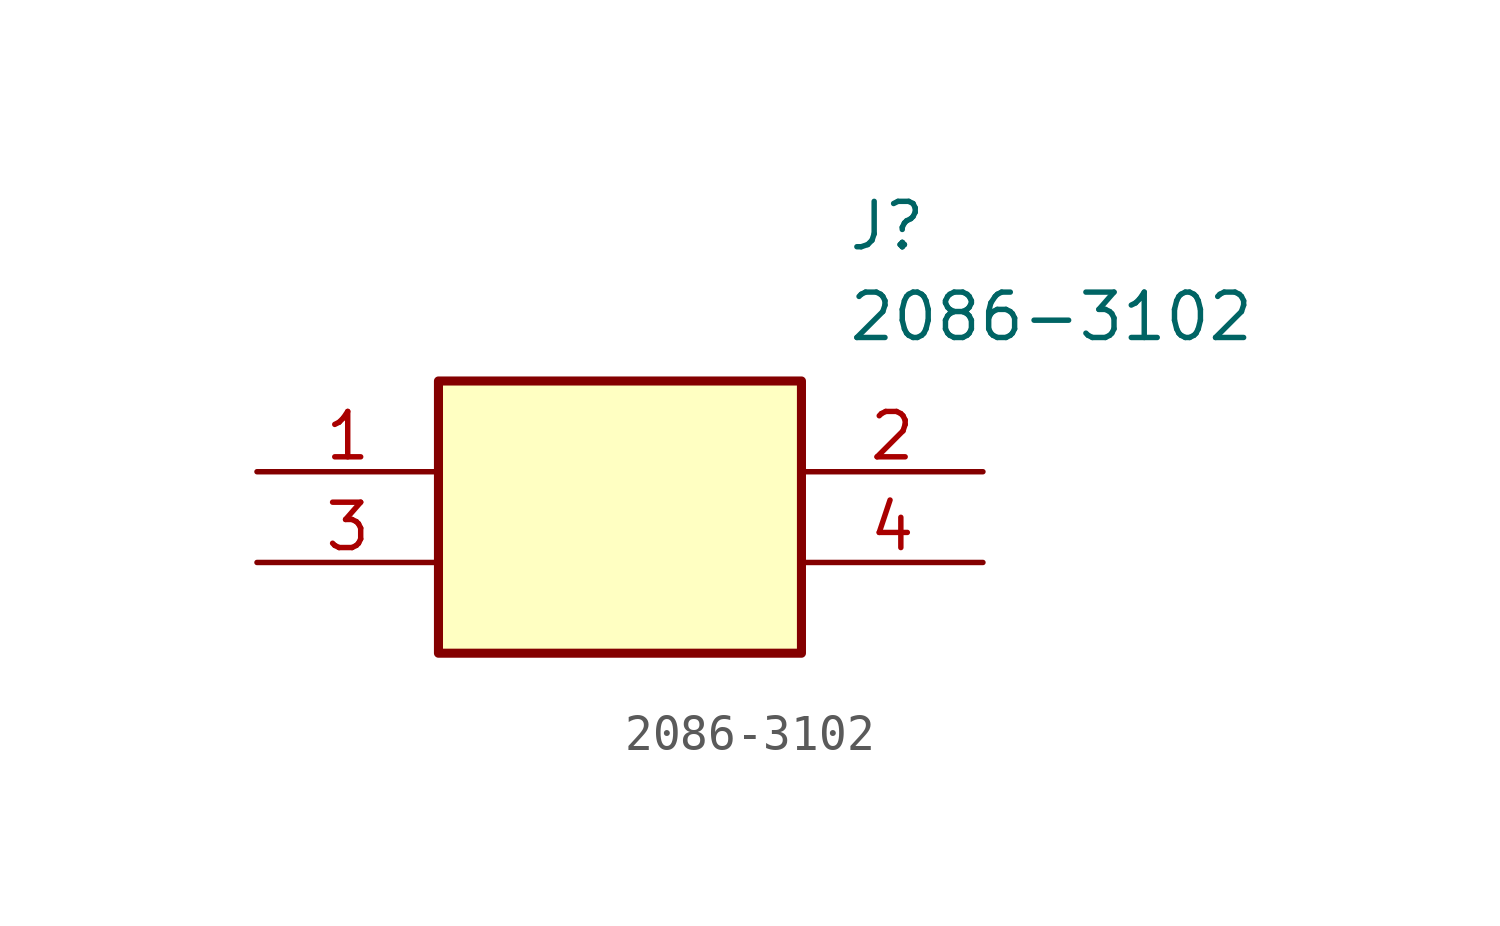
<source format=kicad_sym>
(kicad_symbol_lib
  (version 20211014)
  (generator SamacSys_ECAD_Model)
  (symbol "2086-3102"
    (pin_names hide)
    (property "Reference" "J"
      (at 16.51 7.62 0)
      (effects (font (size 1.27 1.27)) (justify left top)))
    (property "Value" "2086-3102"
      (at 16.51 5.08 0)
      (effects (font (size 1.27 1.27)) (justify left top)))
    (rectangle
      (start 5.08 2.54)
      (end 15.24 -5.08)
      (stroke (width 0.254) (type default))
      (fill (type background)))
    (pin passive line
      (at 0 0 0)
      (length 5.08)
      (name "1.1" (effects (font (size 1.27 1.27))))
      (number "1" (effects (font (size 1.27 1.27)))))
    (pin passive line
      (at 20.32 0 180)
      (length 5.08)
      (name "1.2" (effects (font (size 1.27 1.27))))
      (number "2" (effects (font (size 1.27 1.27)))))
    (pin passive line
      (at 0 -2.54 0)
      (length 5.08)
      (name "2.1" (effects (font (size 1.27 1.27))))
      (number "3" (effects (font (size 1.27 1.27)))))
    (pin passive line
      (at 20.32 -2.54 180)
      (length 5.08)
      (name "2.2" (effects (font (size 1.27 1.27))))
      (number "4" (effects (font (size 1.27 1.27)))))))
</source>
